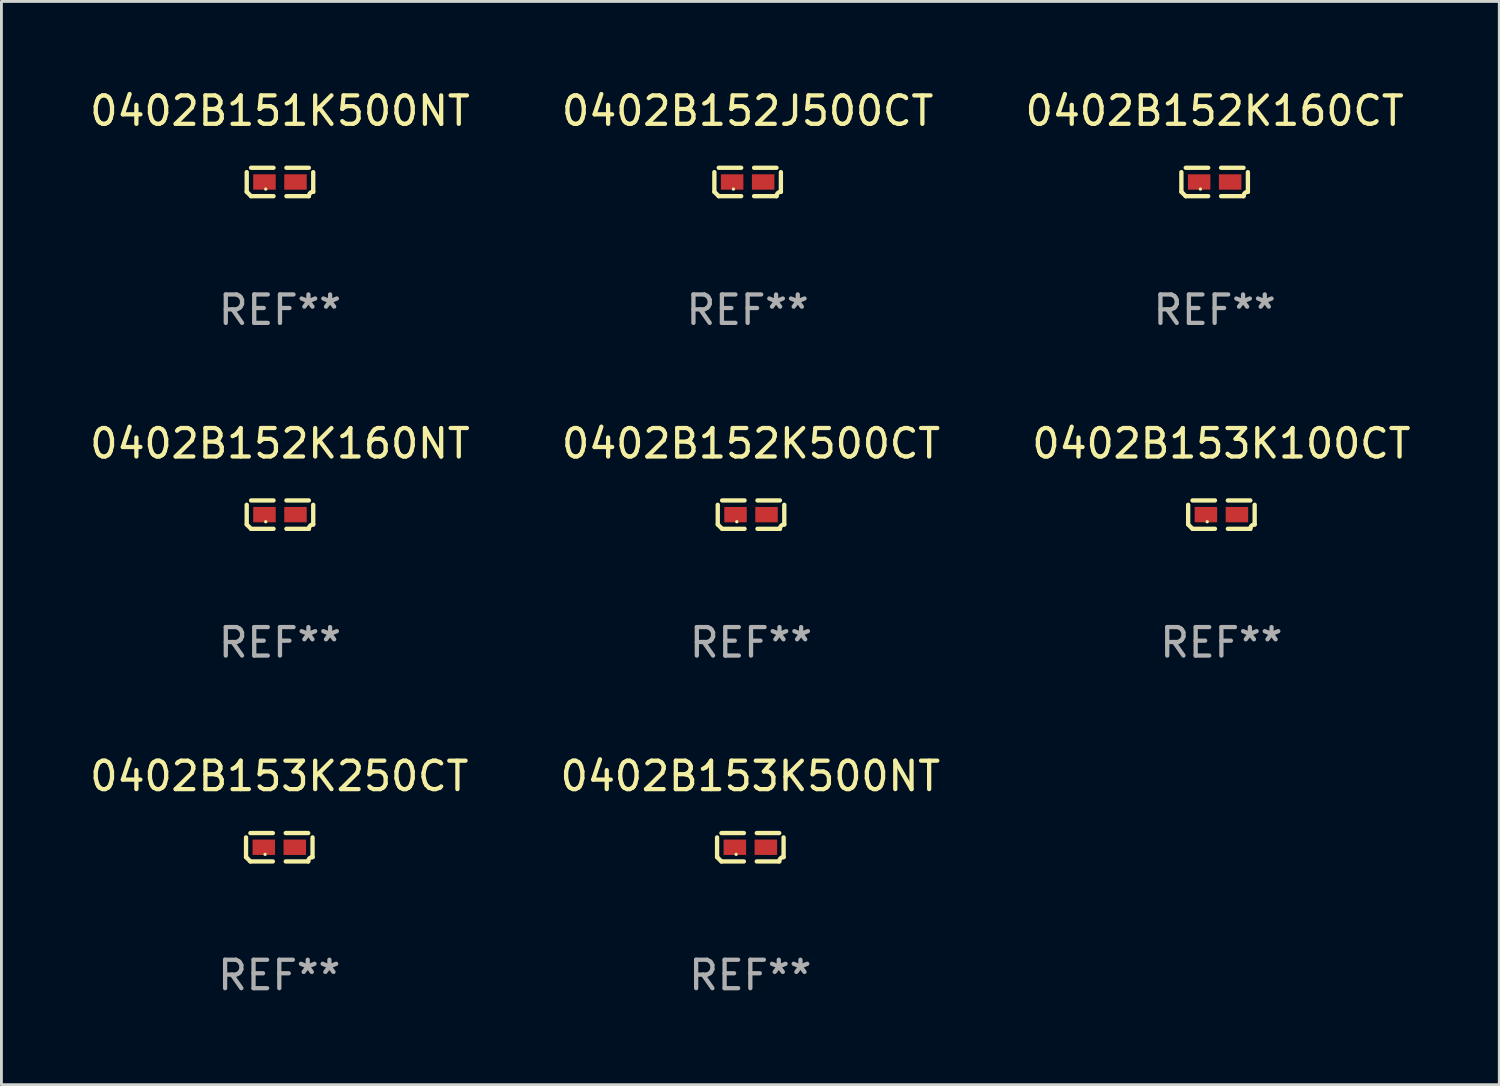
<source format=kicad_pcb>
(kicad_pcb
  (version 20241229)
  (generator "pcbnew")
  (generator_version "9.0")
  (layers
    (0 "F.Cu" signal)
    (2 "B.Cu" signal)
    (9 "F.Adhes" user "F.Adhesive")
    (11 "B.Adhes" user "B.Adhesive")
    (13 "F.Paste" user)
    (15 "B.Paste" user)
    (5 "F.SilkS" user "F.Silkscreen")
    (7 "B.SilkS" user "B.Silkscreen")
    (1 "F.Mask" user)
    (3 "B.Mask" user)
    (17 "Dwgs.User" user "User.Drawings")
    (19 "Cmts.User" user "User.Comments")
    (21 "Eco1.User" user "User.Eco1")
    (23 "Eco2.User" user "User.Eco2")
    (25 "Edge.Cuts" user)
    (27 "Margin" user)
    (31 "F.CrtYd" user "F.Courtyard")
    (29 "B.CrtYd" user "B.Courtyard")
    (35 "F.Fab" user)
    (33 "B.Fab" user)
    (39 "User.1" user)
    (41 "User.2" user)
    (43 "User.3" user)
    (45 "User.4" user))
  (footprint "0402B153K500NT"
    (layer "F.Cu")
    (at 23.327 26.734)
    (property "Reference" "0402B153K500NT" (at 0 -2.499 0) (layer "F.SilkS") (effects (font (size 1 1) (thickness 0.15))))
    (attr through_hole)
    (fp_line (start -1.169 0.346) (end -1.169 -0.346) (stroke (width 0.152) (type solid)) (layer "F.SilkS"))
    (fp_line (start -1.016 -0.499) (end -0.226 -0.499) (stroke (width 0.152) (type solid)) (layer "F.SilkS"))
    (fp_line (start -0.226 0.499) (end -1.016 0.499) (stroke (width 0.152) (type solid)) (layer "F.SilkS"))
    (fp_line (start 0.226 0.499) (end 1.016 0.499) (stroke (width 0.152) (type solid)) (layer "F.SilkS"))
    (fp_line (start 1.016 -0.499) (end 0.226 -0.499) (stroke (width 0.152) (type solid)) (layer "F.SilkS"))
    (fp_line (start 1.169 0.346) (end 1.169 -0.346) (stroke (width 0.152) (type solid)) (layer "F.SilkS"))
    (fp_arc (start -1.016307 0.498603) (mid -1.092512 0.422405) (end -1.16871 0.3462) (stroke (width 0.1524) (type solid)) (layer "F.SilkS"))
    (fp_arc (start 1.016307 0.498603) (mid 1.060899 0.390758) (end 1.168707 0.346076) (stroke (width 0.1524) (type solid)) (layer "F.SilkS"))
    (fp_circle (center -0.5 0.25) (end -0.47 0.25) (stroke (width 0.06) (type solid)) (fill no) (layer "F.SilkS"))
    (fp_text user "REF**" (at 0 4.499 0) (layer "F.Fab") (effects (font (size 1 1) (thickness 0.15))))
    (pad "1" smd rect (at -0.545 0) (size 0.79 0.54) (layers "F.Cu" "F.Mask" "F.Paste"))
    (pad "2" smd rect (at 0.545 0) (size 0.79 0.54) (layers "F.Cu" "F.Mask" "F.Paste")))
  (footprint "0402B152K500CT"
    (layer "F.Cu")
    (at 23.351 15.041)
    (property "Reference" "0402B152K500CT" (at 0 -2.499 0) (layer "F.SilkS") (effects (font (size 1 1) (thickness 0.15))))
    (attr through_hole)
    (fp_line (start -1.169 0.346) (end -1.169 -0.346) (stroke (width 0.152) (type solid)) (layer "F.SilkS"))
    (fp_line (start -1.016 -0.499) (end -0.226 -0.499) (stroke (width 0.152) (type solid)) (layer "F.SilkS"))
    (fp_line (start -0.226 0.499) (end -1.016 0.499) (stroke (width 0.152) (type solid)) (layer "F.SilkS"))
    (fp_line (start 0.226 0.499) (end 1.016 0.499) (stroke (width 0.152) (type solid)) (layer "F.SilkS"))
    (fp_line (start 1.016 -0.499) (end 0.226 -0.499) (stroke (width 0.152) (type solid)) (layer "F.SilkS"))
    (fp_line (start 1.169 0.346) (end 1.169 -0.346) (stroke (width 0.152) (type solid)) (layer "F.SilkS"))
    (fp_arc (start -1.016307 0.498603) (mid -1.092512 0.422405) (end -1.16871 0.3462) (stroke (width 0.1524) (type solid)) (layer "F.SilkS"))
    (fp_arc (start 1.016307 0.498603) (mid 1.060899 0.390758) (end 1.168707 0.346076) (stroke (width 0.1524) (type solid)) (layer "F.SilkS"))
    (fp_circle (center -0.5 0.25) (end -0.47 0.25) (stroke (width 0.06) (type solid)) (fill no) (layer "F.SilkS"))
    (fp_text user "REF**" (at 0 4.499 0) (layer "F.Fab") (effects (font (size 1 1) (thickness 0.15))))
    (pad "1" smd rect (at -0.545 0) (size 0.79 0.54) (layers "F.Cu" "F.Mask" "F.Paste"))
    (pad "2" smd rect (at 0.545 0) (size 0.79 0.54) (layers "F.Cu" "F.Mask" "F.Paste")))
  (footprint "0402B153K100CT"
    (layer "F.Cu")
    (at 39.887 15.041)
    (property "Reference" "0402B153K100CT" (at 0 -2.499 0) (layer "F.SilkS") (effects (font (size 1 1) (thickness 0.15))))
    (attr through_hole)
    (fp_line (start -1.169 0.346) (end -1.169 -0.346) (stroke (width 0.152) (type solid)) (layer "F.SilkS"))
    (fp_line (start -1.016 -0.499) (end -0.226 -0.499) (stroke (width 0.152) (type solid)) (layer "F.SilkS"))
    (fp_line (start -0.226 0.499) (end -1.016 0.499) (stroke (width 0.152) (type solid)) (layer "F.SilkS"))
    (fp_line (start 0.226 0.499) (end 1.016 0.499) (stroke (width 0.152) (type solid)) (layer "F.SilkS"))
    (fp_line (start 1.016 -0.499) (end 0.226 -0.499) (stroke (width 0.152) (type solid)) (layer "F.SilkS"))
    (fp_line (start 1.169 0.346) (end 1.169 -0.346) (stroke (width 0.152) (type solid)) (layer "F.SilkS"))
    (fp_arc (start -1.016307 0.498603) (mid -1.092512 0.422405) (end -1.16871 0.3462) (stroke (width 0.1524) (type solid)) (layer "F.SilkS"))
    (fp_arc (start 1.016307 0.498603) (mid 1.060899 0.390758) (end 1.168707 0.346076) (stroke (width 0.1524) (type solid)) (layer "F.SilkS"))
    (fp_circle (center -0.5 0.25) (end -0.47 0.25) (stroke (width 0.06) (type solid)) (fill no) (layer "F.SilkS"))
    (fp_text user "REF**" (at 0 4.499 0) (layer "F.Fab") (effects (font (size 1 1) (thickness 0.15))))
    (pad "1" smd rect (at -0.545 0) (size 0.79 0.54) (layers "F.Cu" "F.Mask" "F.Paste"))
    (pad "2" smd rect (at 0.545 0) (size 0.79 0.54) (layers "F.Cu" "F.Mask" "F.Paste")))
  (footprint "0402B152K160NT"
    (layer "F.Cu")
    (at 6.792 15.041)
    (property "Reference" "0402B152K160NT" (at 0 -2.499 0) (layer "F.SilkS") (effects (font (size 1 1) (thickness 0.15))))
    (attr through_hole)
    (fp_line (start -1.169 0.346) (end -1.169 -0.346) (stroke (width 0.152) (type solid)) (layer "F.SilkS"))
    (fp_line (start -1.016 -0.499) (end -0.226 -0.499) (stroke (width 0.152) (type solid)) (layer "F.SilkS"))
    (fp_line (start -0.226 0.499) (end -1.016 0.499) (stroke (width 0.152) (type solid)) (layer "F.SilkS"))
    (fp_line (start 0.226 0.499) (end 1.016 0.499) (stroke (width 0.152) (type solid)) (layer "F.SilkS"))
    (fp_line (start 1.016 -0.499) (end 0.226 -0.499) (stroke (width 0.152) (type solid)) (layer "F.SilkS"))
    (fp_line (start 1.169 0.346) (end 1.169 -0.346) (stroke (width 0.152) (type solid)) (layer "F.SilkS"))
    (fp_arc (start -1.016307 0.498603) (mid -1.092512 0.422405) (end -1.16871 0.3462) (stroke (width 0.1524) (type solid)) (layer "F.SilkS"))
    (fp_arc (start 1.016307 0.498603) (mid 1.060899 0.390758) (end 1.168707 0.346076) (stroke (width 0.1524) (type solid)) (layer "F.SilkS"))
    (fp_circle (center -0.5 0.25) (end -0.47 0.25) (stroke (width 0.06) (type solid)) (fill no) (layer "F.SilkS"))
    (fp_text user "REF**" (at 0 4.499 0) (layer "F.Fab") (effects (font (size 1 1) (thickness 0.15))))
    (pad "1" smd rect (at -0.545 0) (size 0.79 0.54) (layers "F.Cu" "F.Mask" "F.Paste"))
    (pad "2" smd rect (at 0.545 0) (size 0.79 0.54) (layers "F.Cu" "F.Mask" "F.Paste")))
  (footprint "0402B152J500CT"
    (layer "F.Cu")
    (at 23.232 3.347)
    (property "Reference" "0402B152J500CT" (at 0 -2.499 0) (layer "F.SilkS") (effects (font (size 1 1) (thickness 0.15))))
    (attr through_hole)
    (fp_line (start -1.169 0.346) (end -1.169 -0.346) (stroke (width 0.152) (type solid)) (layer "F.SilkS"))
    (fp_line (start -1.016 -0.499) (end -0.226 -0.499) (stroke (width 0.152) (type solid)) (layer "F.SilkS"))
    (fp_line (start -0.226 0.499) (end -1.016 0.499) (stroke (width 0.152) (type solid)) (layer "F.SilkS"))
    (fp_line (start 0.226 0.499) (end 1.016 0.499) (stroke (width 0.152) (type solid)) (layer "F.SilkS"))
    (fp_line (start 1.016 -0.499) (end 0.226 -0.499) (stroke (width 0.152) (type solid)) (layer "F.SilkS"))
    (fp_line (start 1.169 0.346) (end 1.169 -0.346) (stroke (width 0.152) (type solid)) (layer "F.SilkS"))
    (fp_arc (start -1.016307 0.498603) (mid -1.092512 0.422405) (end -1.16871 0.3462) (stroke (width 0.1524) (type solid)) (layer "F.SilkS"))
    (fp_arc (start 1.016307 0.498603) (mid 1.060899 0.390758) (end 1.168707 0.346076) (stroke (width 0.1524) (type solid)) (layer "F.SilkS"))
    (fp_circle (center -0.5 0.25) (end -0.47 0.25) (stroke (width 0.06) (type solid)) (fill no) (layer "F.SilkS"))
    (fp_text user "REF**" (at 0 4.499 0) (layer "F.Fab") (effects (font (size 1 1) (thickness 0.15))))
    (pad "1" smd rect (at -0.545 0) (size 0.79 0.54) (layers "F.Cu" "F.Mask" "F.Paste"))
    (pad "2" smd rect (at 0.545 0) (size 0.79 0.54) (layers "F.Cu" "F.Mask" "F.Paste")))
  (footprint "0402B152K160CT"
    (layer "F.Cu")
    (at 39.649 3.347)
    (property "Reference" "0402B152K160CT" (at 0 -2.499 0) (layer "F.SilkS") (effects (font (size 1 1) (thickness 0.15))))
    (attr through_hole)
    (fp_line (start -1.169 0.346) (end -1.169 -0.346) (stroke (width 0.152) (type solid)) (layer "F.SilkS"))
    (fp_line (start -1.016 -0.499) (end -0.226 -0.499) (stroke (width 0.152) (type solid)) (layer "F.SilkS"))
    (fp_line (start -0.226 0.499) (end -1.016 0.499) (stroke (width 0.152) (type solid)) (layer "F.SilkS"))
    (fp_line (start 0.226 0.499) (end 1.016 0.499) (stroke (width 0.152) (type solid)) (layer "F.SilkS"))
    (fp_line (start 1.016 -0.499) (end 0.226 -0.499) (stroke (width 0.152) (type solid)) (layer "F.SilkS"))
    (fp_line (start 1.169 0.346) (end 1.169 -0.346) (stroke (width 0.152) (type solid)) (layer "F.SilkS"))
    (fp_arc (start -1.016307 0.498603) (mid -1.092512 0.422405) (end -1.16871 0.3462) (stroke (width 0.1524) (type solid)) (layer "F.SilkS"))
    (fp_arc (start 1.016307 0.498603) (mid 1.060899 0.390758) (end 1.168707 0.346076) (stroke (width 0.1524) (type solid)) (layer "F.SilkS"))
    (fp_circle (center -0.5 0.25) (end -0.47 0.25) (stroke (width 0.06) (type solid)) (fill no) (layer "F.SilkS"))
    (fp_text user "REF**" (at 0 4.499 0) (layer "F.Fab") (effects (font (size 1 1) (thickness 0.15))))
    (pad "1" smd rect (at -0.545 0) (size 0.79 0.54) (layers "F.Cu" "F.Mask" "F.Paste"))
    (pad "2" smd rect (at 0.545 0) (size 0.79 0.54) (layers "F.Cu" "F.Mask" "F.Paste")))
  (footprint "0402B153K250CT"
    (layer "F.Cu")
    (at 6.768 26.734)
    (property "Reference" "0402B153K250CT" (at 0 -2.499 0) (layer "F.SilkS") (effects (font (size 1 1) (thickness 0.15))))
    (attr through_hole)
    (fp_line (start -1.169 0.346) (end -1.169 -0.346) (stroke (width 0.152) (type solid)) (layer "F.SilkS"))
    (fp_line (start -1.016 -0.499) (end -0.226 -0.499) (stroke (width 0.152) (type solid)) (layer "F.SilkS"))
    (fp_line (start -0.226 0.499) (end -1.016 0.499) (stroke (width 0.152) (type solid)) (layer "F.SilkS"))
    (fp_line (start 0.226 0.499) (end 1.016 0.499) (stroke (width 0.152) (type solid)) (layer "F.SilkS"))
    (fp_line (start 1.016 -0.499) (end 0.226 -0.499) (stroke (width 0.152) (type solid)) (layer "F.SilkS"))
    (fp_line (start 1.169 0.346) (end 1.169 -0.346) (stroke (width 0.152) (type solid)) (layer "F.SilkS"))
    (fp_arc (start -1.016307 0.498603) (mid -1.092512 0.422405) (end -1.16871 0.3462) (stroke (width 0.1524) (type solid)) (layer "F.SilkS"))
    (fp_arc (start 1.016307 0.498603) (mid 1.060899 0.390758) (end 1.168707 0.346076) (stroke (width 0.1524) (type solid)) (layer "F.SilkS"))
    (fp_circle (center -0.5 0.25) (end -0.47 0.25) (stroke (width 0.06) (type solid)) (fill no) (layer "F.SilkS"))
    (fp_text user "REF**" (at 0 4.499 0) (layer "F.Fab") (effects (font (size 1 1) (thickness 0.15))))
    (pad "1" smd rect (at -0.545 0) (size 0.79 0.54) (layers "F.Cu" "F.Mask" "F.Paste"))
    (pad "2" smd rect (at 0.545 0) (size 0.79 0.54) (layers "F.Cu" "F.Mask" "F.Paste")))
  (footprint "0402B151K500NT"
    (layer "F.Cu")
    (at 6.792 3.347)
    (property "Reference" "0402B151K500NT" (at 0 -2.499 0) (layer "F.SilkS") (effects (font (size 1 1) (thickness 0.15))))
    (attr through_hole)
    (fp_line (start -1.169 0.346) (end -1.169 -0.346) (stroke (width 0.152) (type solid)) (layer "F.SilkS"))
    (fp_line (start -1.016 -0.499) (end -0.226 -0.499) (stroke (width 0.152) (type solid)) (layer "F.SilkS"))
    (fp_line (start -0.226 0.499) (end -1.016 0.499) (stroke (width 0.152) (type solid)) (layer "F.SilkS"))
    (fp_line (start 0.226 0.499) (end 1.016 0.499) (stroke (width 0.152) (type solid)) (layer "F.SilkS"))
    (fp_line (start 1.016 -0.499) (end 0.226 -0.499) (stroke (width 0.152) (type solid)) (layer "F.SilkS"))
    (fp_line (start 1.169 0.346) (end 1.169 -0.346) (stroke (width 0.152) (type solid)) (layer "F.SilkS"))
    (fp_arc (start -1.016307 0.498603) (mid -1.092512 0.422405) (end -1.16871 0.3462) (stroke (width 0.1524) (type solid)) (layer "F.SilkS"))
    (fp_arc (start 1.016307 0.498603) (mid 1.060899 0.390758) (end 1.168707 0.346076) (stroke (width 0.1524) (type solid)) (layer "F.SilkS"))
    (fp_circle (center -0.5 0.25) (end -0.47 0.25) (stroke (width 0.06) (type solid)) (fill no) (layer "F.SilkS"))
    (fp_text user "REF**" (at 0 4.499 0) (layer "F.Fab") (effects (font (size 1 1) (thickness 0.15))))
    (pad "1" smd rect (at -0.545 0) (size 0.79 0.54) (layers "F.Cu" "F.Mask" "F.Paste"))
    (pad "2" smd rect (at 0.545 0) (size 0.79 0.54) (layers "F.Cu" "F.Mask" "F.Paste")))
  (gr_rect
    (start -3 -3)
    (end 49.655 35.081)
    (stroke (width 0.1) (type default))
    (fill no)
    (layer "Edge.Cuts")))
</source>
